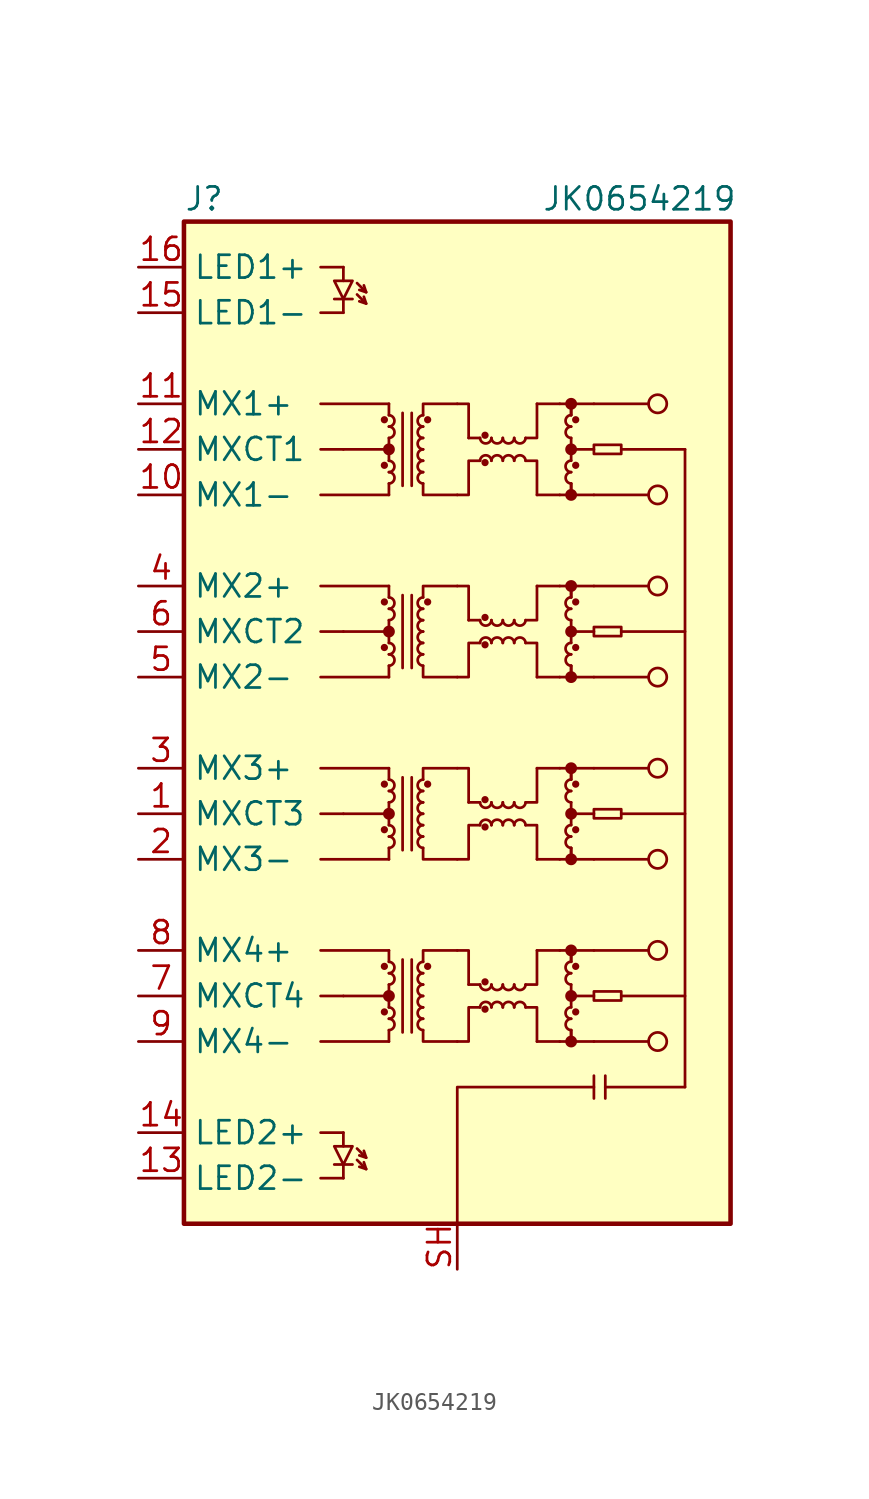
<source format=kicad_sym>
(kicad_symbol_lib
  (version 20211014)
  (generator kicad_symbol_editor)
  (symbol "JK0654219"
    (property "Reference" "J"
      (at -15.24 29.21 0)
      (effects (font (size 1.27 1.27)) (justify left)))
    (property "Value" "JK0654219"
      (at 10.16 29.21 0)
      (effects (font (size 1.27 1.27))))
    (symbol "JK0654219_0_1"
      (rectangle (start -15.24 27.94) (end 15.24 -27.94) (stroke (width 0.254) (type default) (color 0 0 0 0)) (fill (type background)))
      (circle (center -4.064 -16.129) (radius 0.127) (stroke (width 0) (type default) (color 0 0 0 0)) (fill (type outline)))
      (circle (center -4.064 -13.589) (radius 0.127) (stroke (width 0) (type default) (color 0 0 0 0)) (fill (type outline)))
      (circle (center -4.064 -5.969) (radius 0.127) (stroke (width 0) (type default) (color 0 0 0 0)) (fill (type outline)))
      (circle (center -4.064 -3.429) (radius 0.127) (stroke (width 0) (type default) (color 0 0 0 0)) (fill (type outline)))
      (circle (center -4.064 4.191) (radius 0.127) (stroke (width 0) (type default) (color 0 0 0 0)) (fill (type outline)))
      (circle (center -4.064 6.731) (radius 0.127) (stroke (width 0) (type default) (color 0 0 0 0)) (fill (type outline)))
      (circle (center -4.064 14.351) (radius 0.127) (stroke (width 0) (type default) (color 0 0 0 0)) (fill (type outline)))
      (circle (center -4.064 16.891) (radius 0.127) (stroke (width 0) (type default) (color 0 0 0 0)) (fill (type outline)))
      (arc (start -3.81 -17.145) (mid -3.5052 -16.8402) (end -3.81 -16.51) (stroke (width 0) (type default) (color 0 0 0 0)) (fill (type none)))
      (arc (start -3.81 -16.51) (mid -3.5052 -16.2052) (end -3.81 -15.875) (stroke (width 0) (type default) (color 0 0 0 0)) (fill (type none)))
      (circle (center -3.81 -15.24) (radius 0.254) (stroke (width 0) (type default) (color 0 0 0 0)) (fill (type outline)))
      (arc (start -3.81 -14.605) (mid -3.5052 -14.3002) (end -3.81 -13.97) (stroke (width 0) (type default) (color 0 0 0 0)) (fill (type none)))
      (arc (start -3.81 -13.97) (mid -3.5052 -13.6652) (end -3.81 -13.335) (stroke (width 0) (type default) (color 0 0 0 0)) (fill (type none)))
      (arc (start -3.81 -6.985) (mid -3.5052 -6.6802) (end -3.81 -6.35) (stroke (width 0) (type default) (color 0 0 0 0)) (fill (type none)))
      (arc (start -3.81 -6.35) (mid -3.5052 -6.0452) (end -3.81 -5.715) (stroke (width 0) (type default) (color 0 0 0 0)) (fill (type none)))
      (circle (center -3.81 -5.08) (radius 0.254) (stroke (width 0) (type default) (color 0 0 0 0)) (fill (type outline)))
      (arc (start -3.81 -4.445) (mid -3.5052 -4.1402) (end -3.81 -3.81) (stroke (width 0) (type default) (color 0 0 0 0)) (fill (type none)))
      (arc (start -3.81 -3.81) (mid -3.5052 -3.5052) (end -3.81 -3.175) (stroke (width 0) (type default) (color 0 0 0 0)) (fill (type none)))
      (arc (start -3.81 3.175) (mid -3.5052 3.4798) (end -3.81 3.81) (stroke (width 0) (type default) (color 0 0 0 0)) (fill (type none)))
      (arc (start -3.81 3.81) (mid -3.5052 4.1148) (end -3.81 4.445) (stroke (width 0) (type default) (color 0 0 0 0)) (fill (type none)))
      (circle (center -3.81 5.08) (radius 0.254) (stroke (width 0) (type default) (color 0 0 0 0)) (fill (type outline)))
      (arc (start -3.81 5.715) (mid -3.5052 6.0198) (end -3.81 6.35) (stroke (width 0) (type default) (color 0 0 0 0)) (fill (type none)))
      (arc (start -3.81 6.35) (mid -3.5052 6.6548) (end -3.81 6.985) (stroke (width 0) (type default) (color 0 0 0 0)) (fill (type none)))
      (arc (start -3.81 13.335) (mid -3.5052 13.6398) (end -3.81 13.97) (stroke (width 0) (type default) (color 0 0 0 0)) (fill (type none)))
      (arc (start -3.81 13.97) (mid -3.5052 14.2748) (end -3.81 14.605) (stroke (width 0) (type default) (color 0 0 0 0)) (fill (type none)))
      (circle (center -3.81 15.24) (radius 0.254) (stroke (width 0) (type default) (color 0 0 0 0)) (fill (type outline)))
      (arc (start -3.81 15.875) (mid -3.5052 16.1798) (end -3.81 16.51) (stroke (width 0) (type default) (color 0 0 0 0)) (fill (type none)))
      (arc (start -3.81 16.51) (mid -3.5052 16.8148) (end -3.81 17.145) (stroke (width 0) (type default) (color 0 0 0 0)) (fill (type none)))
      (arc (start -1.905 -16.51) (mid -2.2098 -16.8148) (end -1.905 -17.145) (stroke (width 0) (type default) (color 0 0 0 0)) (fill (type none)))
      (arc (start -1.905 -15.875) (mid -2.2098 -16.1798) (end -1.905 -16.51) (stroke (width 0) (type default) (color 0 0 0 0)) (fill (type none)))
      (arc (start -1.905 -15.24) (mid -2.2098 -15.5448) (end -1.905 -15.875) (stroke (width 0) (type default) (color 0 0 0 0)) (fill (type none)))
      (arc (start -1.905 -14.605) (mid -2.2098 -14.9098) (end -1.905 -15.24) (stroke (width 0) (type default) (color 0 0 0 0)) (fill (type none)))
      (arc (start -1.905 -13.97) (mid -2.2098 -14.2748) (end -1.905 -14.605) (stroke (width 0) (type default) (color 0 0 0 0)) (fill (type none)))
      (arc (start -1.905 -13.335) (mid -2.2098 -13.6398) (end -1.905 -13.97) (stroke (width 0) (type default) (color 0 0 0 0)) (fill (type none)))
      (arc (start -1.905 -6.35) (mid -2.2098 -6.6548) (end -1.905 -6.985) (stroke (width 0) (type default) (color 0 0 0 0)) (fill (type none)))
      (arc (start -1.905 -5.715) (mid -2.2098 -6.0198) (end -1.905 -6.35) (stroke (width 0) (type default) (color 0 0 0 0)) (fill (type none)))
      (arc (start -1.905 -5.08) (mid -2.2098 -5.3848) (end -1.905 -5.715) (stroke (width 0) (type default) (color 0 0 0 0)) (fill (type none)))
      (arc (start -1.905 -4.445) (mid -2.2098 -4.7498) (end -1.905 -5.08) (stroke (width 0) (type default) (color 0 0 0 0)) (fill (type none)))
      (arc (start -1.905 -3.81) (mid -2.2098 -4.1148) (end -1.905 -4.445) (stroke (width 0) (type default) (color 0 0 0 0)) (fill (type none)))
      (arc (start -1.905 -3.175) (mid -2.2098 -3.4798) (end -1.905 -3.81) (stroke (width 0) (type default) (color 0 0 0 0)) (fill (type none)))
      (arc (start -1.905 3.81) (mid -2.2098 3.5052) (end -1.905 3.175) (stroke (width 0) (type default) (color 0 0 0 0)) (fill (type none)))
      (arc (start -1.905 4.445) (mid -2.2098 4.1402) (end -1.905 3.81) (stroke (width 0) (type default) (color 0 0 0 0)) (fill (type none)))
      (arc (start -1.905 5.08) (mid -2.2098 4.7752) (end -1.905 4.445) (stroke (width 0) (type default) (color 0 0 0 0)) (fill (type none)))
      (arc (start -1.905 5.715) (mid -2.2098 5.4102) (end -1.905 5.08) (stroke (width 0) (type default) (color 0 0 0 0)) (fill (type none)))
      (arc (start -1.905 6.35) (mid -2.2098 6.0452) (end -1.905 5.715) (stroke (width 0) (type default) (color 0 0 0 0)) (fill (type none)))
      (arc (start -1.905 6.985) (mid -2.2098 6.6802) (end -1.905 6.35) (stroke (width 0) (type default) (color 0 0 0 0)) (fill (type none)))
      (arc (start -1.905 13.97) (mid -2.2098 13.6652) (end -1.905 13.335) (stroke (width 0) (type default) (color 0 0 0 0)) (fill (type none)))
      (arc (start -1.905 14.605) (mid -2.2098 14.3002) (end -1.905 13.97) (stroke (width 0) (type default) (color 0 0 0 0)) (fill (type none)))
      (arc (start -1.905 15.24) (mid -2.2098 14.9352) (end -1.905 14.605) (stroke (width 0) (type default) (color 0 0 0 0)) (fill (type none)))
      (arc (start -1.905 15.875) (mid -2.2098 15.5702) (end -1.905 15.24) (stroke (width 0) (type default) (color 0 0 0 0)) (fill (type none)))
      (arc (start -1.905 16.51) (mid -2.2098 16.2052) (end -1.905 15.875) (stroke (width 0) (type default) (color 0 0 0 0)) (fill (type none)))
      (arc (start -1.905 17.145) (mid -2.2098 16.8402) (end -1.905 16.51) (stroke (width 0) (type default) (color 0 0 0 0)) (fill (type none)))
      (circle (center -1.651 -13.589) (radius 0.127) (stroke (width 0) (type default) (color 0 0 0 0)) (fill (type outline)))
      (circle (center -1.651 -3.429) (radius 0.127) (stroke (width 0) (type default) (color 0 0 0 0)) (fill (type outline)))
      (circle (center -1.651 6.731) (radius 0.127) (stroke (width 0) (type default) (color 0 0 0 0)) (fill (type outline)))
      (circle (center -1.651 16.891) (radius 0.127) (stroke (width 0) (type default) (color 0 0 0 0)) (fill (type outline)))
      (polyline (pts (xy -7.62 -17.78) (xy -3.81 -17.78)) (stroke (width 0) (type default) (color 0 0 0 0)) (fill (type none)))
      (polyline (pts (xy -7.62 -15.24) (xy -6.35 -15.24)) (stroke (width 0) (type default) (color 0 0 0 0)) (fill (type none)))
      (polyline (pts (xy -7.62 -12.7) (xy -3.81 -12.7)) (stroke (width 0) (type default) (color 0 0 0 0)) (fill (type none)))
      (polyline (pts (xy -7.62 -7.62) (xy -3.81 -7.62)) (stroke (width 0) (type default) (color 0 0 0 0)) (fill (type none)))
      (polyline (pts (xy -7.62 -5.08) (xy -6.35 -5.08)) (stroke (width 0) (type default) (color 0 0 0 0)) (fill (type none)))
      (polyline (pts (xy -7.62 -2.54) (xy -3.81 -2.54)) (stroke (width 0) (type default) (color 0 0 0 0)) (fill (type none)))
      (polyline (pts (xy -7.62 2.54) (xy -3.81 2.54)) (stroke (width 0) (type default) (color 0 0 0 0)) (fill (type none)))
      (polyline (pts (xy -7.62 5.08) (xy -6.35 5.08)) (stroke (width 0) (type default) (color 0 0 0 0)) (fill (type none)))
      (polyline (pts (xy -7.62 7.62) (xy -3.81 7.62)) (stroke (width 0) (type default) (color 0 0 0 0)) (fill (type none)))
      (polyline (pts (xy -7.62 12.7) (xy -3.81 12.7)) (stroke (width 0) (type default) (color 0 0 0 0)) (fill (type none)))
      (polyline (pts (xy -7.62 15.24) (xy -6.35 15.24)) (stroke (width 0) (type default) (color 0 0 0 0)) (fill (type none)))
      (polyline (pts (xy -7.62 17.78) (xy -3.81 17.78)) (stroke (width 0) (type default) (color 0 0 0 0)) (fill (type none)))
      (polyline (pts (xy -6.35 -15.24) (xy -3.81 -15.24)) (stroke (width 0) (type default) (color 0 0 0 0)) (fill (type none)))
      (polyline (pts (xy -6.35 -5.08) (xy -3.81 -5.08)) (stroke (width 0) (type default) (color 0 0 0 0)) (fill (type none)))
      (polyline (pts (xy -6.35 5.08) (xy -3.81 5.08)) (stroke (width 0) (type default) (color 0 0 0 0)) (fill (type none)))
      (polyline (pts (xy -6.35 15.24) (xy -3.81 15.24)) (stroke (width 0) (type default) (color 0 0 0 0)) (fill (type none)))
      (polyline (pts (xy -3.81 -17.78) (xy -3.81 -17.145)) (stroke (width 0) (type default) (color 0 0 0 0)) (fill (type none)))
      (polyline (pts (xy -3.81 -15.24) (xy -3.81 -15.875)) (stroke (width 0) (type default) (color 0 0 0 0)) (fill (type none)))
      (polyline (pts (xy -3.81 -15.24) (xy -3.81 -14.605)) (stroke (width 0) (type default) (color 0 0 0 0)) (fill (type none)))
      (polyline (pts (xy -3.81 -12.7) (xy -3.81 -13.335)) (stroke (width 0) (type default) (color 0 0 0 0)) (fill (type none)))
      (polyline (pts (xy -3.81 -7.62) (xy -3.81 -6.985)) (stroke (width 0) (type default) (color 0 0 0 0)) (fill (type none)))
      (polyline (pts (xy -3.81 -5.08) (xy -3.81 -5.715)) (stroke (width 0) (type default) (color 0 0 0 0)) (fill (type none)))
      (polyline (pts (xy -3.81 -5.08) (xy -3.81 -4.445)) (stroke (width 0) (type default) (color 0 0 0 0)) (fill (type none)))
      (polyline (pts (xy -3.81 -2.54) (xy -3.81 -3.175)) (stroke (width 0) (type default) (color 0 0 0 0)) (fill (type none)))
      (polyline (pts (xy -3.81 2.54) (xy -3.81 3.175)) (stroke (width 0) (type default) (color 0 0 0 0)) (fill (type none)))
      (polyline (pts (xy -3.81 5.08) (xy -3.81 4.445)) (stroke (width 0) (type default) (color 0 0 0 0)) (fill (type none)))
      (polyline (pts (xy -3.81 5.08) (xy -3.81 5.715)) (stroke (width 0) (type default) (color 0 0 0 0)) (fill (type none)))
      (polyline (pts (xy -3.81 7.62) (xy -3.81 6.985)) (stroke (width 0) (type default) (color 0 0 0 0)) (fill (type none)))
      (polyline (pts (xy -3.81 12.7) (xy -3.81 13.335)) (stroke (width 0) (type default) (color 0 0 0 0)) (fill (type none)))
      (polyline (pts (xy -3.81 15.24) (xy -3.81 14.605)) (stroke (width 0) (type default) (color 0 0 0 0)) (fill (type none)))
      (polyline (pts (xy -3.81 15.24) (xy -3.81 15.875)) (stroke (width 0) (type default) (color 0 0 0 0)) (fill (type none)))
      (polyline (pts (xy -3.81 17.78) (xy -3.81 17.145)) (stroke (width 0) (type default) (color 0 0 0 0)) (fill (type none)))
      (polyline (pts (xy -3.048 -17.272) (xy -3.048 -13.208)) (stroke (width 0) (type default) (color 0 0 0 0)) (fill (type none)))
      (polyline (pts (xy -3.048 -7.112) (xy -3.048 -3.048)) (stroke (width 0) (type default) (color 0 0 0 0)) (fill (type none)))
      (polyline (pts (xy -3.048 3.048) (xy -3.048 7.112)) (stroke (width 0) (type default) (color 0 0 0 0)) (fill (type none)))
      (polyline (pts (xy -3.048 13.208) (xy -3.048 17.272)) (stroke (width 0) (type default) (color 0 0 0 0)) (fill (type none)))
      (polyline (pts (xy -2.54 -17.272) (xy -2.54 -13.208)) (stroke (width 0) (type default) (color 0 0 0 0)) (fill (type none)))
      (polyline (pts (xy -2.54 -7.112) (xy -2.54 -3.048)) (stroke (width 0) (type default) (color 0 0 0 0)) (fill (type none)))
      (polyline (pts (xy -2.54 3.048) (xy -2.54 7.112)) (stroke (width 0) (type default) (color 0 0 0 0)) (fill (type none)))
      (polyline (pts (xy -2.54 13.208) (xy -2.54 17.272)) (stroke (width 0) (type default) (color 0 0 0 0)) (fill (type none)))
      (polyline (pts (xy 0.635 -14.605) (xy 1.27 -14.605)) (stroke (width 0) (type default) (color 0 0 0 0)) (fill (type none)))
      (polyline (pts (xy 0.635 -4.445) (xy 1.27 -4.445)) (stroke (width 0) (type default) (color 0 0 0 0)) (fill (type none)))
      (polyline (pts (xy 0.635 5.715) (xy 1.27 5.715)) (stroke (width 0) (type default) (color 0 0 0 0)) (fill (type none)))
      (polyline (pts (xy 0.635 15.875) (xy 1.27 15.875)) (stroke (width 0) (type default) (color 0 0 0 0)) (fill (type none)))
      (polyline (pts (xy 4.445 -17.78) (xy 5.715 -17.78)) (stroke (width 0) (type default) (color 0 0 0 0)) (fill (type none)))
      (polyline (pts (xy 4.445 -12.7) (xy 5.715 -12.7)) (stroke (width 0) (type default) (color 0 0 0 0)) (fill (type none)))
      (polyline (pts (xy 4.445 -7.62) (xy 5.715 -7.62)) (stroke (width 0) (type default) (color 0 0 0 0)) (fill (type none)))
      (polyline (pts (xy 4.445 -2.54) (xy 5.715 -2.54)) (stroke (width 0) (type default) (color 0 0 0 0)) (fill (type none)))
      (polyline (pts (xy 4.445 2.54) (xy 5.715 2.54)) (stroke (width 0) (type default) (color 0 0 0 0)) (fill (type none)))
      (polyline (pts (xy 4.445 7.62) (xy 5.715 7.62)) (stroke (width 0) (type default) (color 0 0 0 0)) (fill (type none)))
      (polyline (pts (xy 4.445 12.7) (xy 5.715 12.7)) (stroke (width 0) (type default) (color 0 0 0 0)) (fill (type none)))
      (polyline (pts (xy 4.445 17.78) (xy 5.715 17.78)) (stroke (width 0) (type default) (color 0 0 0 0)) (fill (type none)))
      (polyline (pts (xy 6.35 -17.78) (xy 6.35 -17.145)) (stroke (width 0) (type default) (color 0 0 0 0)) (fill (type none)))
      (polyline (pts (xy 6.35 -15.24) (xy 6.35 -15.875)) (stroke (width 0) (type default) (color 0 0 0 0)) (fill (type none)))
      (polyline (pts (xy 6.35 -15.24) (xy 6.35 -14.605)) (stroke (width 0) (type default) (color 0 0 0 0)) (fill (type none)))
      (polyline (pts (xy 6.35 -12.7) (xy 6.35 -13.335)) (stroke (width 0) (type default) (color 0 0 0 0)) (fill (type none)))
      (polyline (pts (xy 6.35 -7.62) (xy 6.35 -6.985)) (stroke (width 0) (type default) (color 0 0 0 0)) (fill (type none)))
      (polyline (pts (xy 6.35 -5.08) (xy 6.35 -5.715)) (stroke (width 0) (type default) (color 0 0 0 0)) (fill (type none)))
      (polyline (pts (xy 6.35 -5.08) (xy 6.35 -4.445)) (stroke (width 0) (type default) (color 0 0 0 0)) (fill (type none)))
      (polyline (pts (xy 6.35 -2.54) (xy 6.35 -3.175)) (stroke (width 0) (type default) (color 0 0 0 0)) (fill (type none)))
      (polyline (pts (xy 6.35 2.54) (xy 6.35 3.175)) (stroke (width 0) (type default) (color 0 0 0 0)) (fill (type none)))
      (polyline (pts (xy 6.35 5.08) (xy 6.35 4.445)) (stroke (width 0) (type default) (color 0 0 0 0)) (fill (type none)))
      (polyline (pts (xy 6.35 5.08) (xy 6.35 5.715)) (stroke (width 0) (type default) (color 0 0 0 0)) (fill (type none)))
      (polyline (pts (xy 6.35 7.62) (xy 6.35 6.985)) (stroke (width 0) (type default) (color 0 0 0 0)) (fill (type none)))
      (polyline (pts (xy 6.35 12.7) (xy 6.35 13.335)) (stroke (width 0) (type default) (color 0 0 0 0)) (fill (type none)))
      (polyline (pts (xy 6.35 15.24) (xy 6.35 14.605)) (stroke (width 0) (type default) (color 0 0 0 0)) (fill (type none)))
      (polyline (pts (xy 6.35 15.24) (xy 6.35 15.875)) (stroke (width 0) (type default) (color 0 0 0 0)) (fill (type none)))
      (polyline (pts (xy 6.35 17.78) (xy 6.35 17.145)) (stroke (width 0) (type default) (color 0 0 0 0)) (fill (type none)))
      (polyline (pts (xy 7.62 -20.955) (xy 7.62 -19.685)) (stroke (width 0) (type default) (color 0 0 0 0)) (fill (type none)))
      (polyline (pts (xy 7.62 -17.78) (xy 6.35 -17.78)) (stroke (width 0) (type default) (color 0 0 0 0)) (fill (type none)))
      (polyline (pts (xy 7.62 -17.78) (xy 10.668 -17.78)) (stroke (width 0) (type default) (color 0 0 0 0)) (fill (type none)))
      (polyline (pts (xy 7.62 -15.24) (xy 6.35 -15.24)) (stroke (width 0) (type default) (color 0 0 0 0)) (fill (type none)))
      (polyline (pts (xy 7.62 -12.7) (xy 6.35 -12.7)) (stroke (width 0) (type default) (color 0 0 0 0)) (fill (type none)))
      (polyline (pts (xy 7.62 -12.7) (xy 10.668 -12.7)) (stroke (width 0) (type default) (color 0 0 0 0)) (fill (type none)))
      (polyline (pts (xy 7.62 -7.62) (xy 6.35 -7.62)) (stroke (width 0) (type default) (color 0 0 0 0)) (fill (type none)))
      (polyline (pts (xy 7.62 -7.62) (xy 10.668 -7.62)) (stroke (width 0) (type default) (color 0 0 0 0)) (fill (type none)))
      (polyline (pts (xy 7.62 -5.08) (xy 6.35 -5.08)) (stroke (width 0) (type default) (color 0 0 0 0)) (fill (type none)))
      (polyline (pts (xy 7.62 -2.54) (xy 6.35 -2.54)) (stroke (width 0) (type default) (color 0 0 0 0)) (fill (type none)))
      (polyline (pts (xy 7.62 -2.54) (xy 10.668 -2.54)) (stroke (width 0) (type default) (color 0 0 0 0)) (fill (type none)))
      (polyline (pts (xy 7.62 2.54) (xy 6.35 2.54)) (stroke (width 0) (type default) (color 0 0 0 0)) (fill (type none)))
      (polyline (pts (xy 7.62 2.54) (xy 10.668 2.54)) (stroke (width 0) (type default) (color 0 0 0 0)) (fill (type none)))
      (polyline (pts (xy 7.62 5.08) (xy 6.35 5.08)) (stroke (width 0) (type default) (color 0 0 0 0)) (fill (type none)))
      (polyline (pts (xy 7.62 7.62) (xy 6.35 7.62)) (stroke (width 0) (type default) (color 0 0 0 0)) (fill (type none)))
      (polyline (pts (xy 7.62 7.62) (xy 10.668 7.62)) (stroke (width 0) (type default) (color 0 0 0 0)) (fill (type none)))
      (polyline (pts (xy 7.62 12.7) (xy 6.35 12.7)) (stroke (width 0) (type default) (color 0 0 0 0)) (fill (type none)))
      (polyline (pts (xy 7.62 12.7) (xy 10.668 12.7)) (stroke (width 0) (type default) (color 0 0 0 0)) (fill (type none)))
      (polyline (pts (xy 7.62 15.24) (xy 6.35 15.24)) (stroke (width 0) (type default) (color 0 0 0 0)) (fill (type none)))
      (polyline (pts (xy 7.62 17.78) (xy 6.35 17.78)) (stroke (width 0) (type default) (color 0 0 0 0)) (fill (type none)))
      (polyline (pts (xy 7.62 17.78) (xy 10.668 17.78)) (stroke (width 0) (type default) (color 0 0 0 0)) (fill (type none)))
      (polyline (pts (xy 8.255 -20.32) (xy 8.255 -20.955)) (stroke (width 0) (type default) (color 0 0 0 0)) (fill (type none)))
      (polyline (pts (xy 8.255 -20.32) (xy 8.255 -19.685)) (stroke (width 0) (type default) (color 0 0 0 0)) (fill (type none)))
      (polyline (pts (xy 8.255 -20.32) (xy 12.7 -20.32)) (stroke (width 0) (type default) (color 0 0 0 0)) (fill (type none)))
      (polyline (pts (xy 9.144 -15.24) (xy 12.7 -15.24)) (stroke (width 0) (type default) (color 0 0 0 0)) (fill (type none)))
      (polyline (pts (xy 9.144 -5.08) (xy 12.7 -5.08)) (stroke (width 0) (type default) (color 0 0 0 0)) (fill (type none)))
      (polyline (pts (xy 9.144 5.08) (xy 12.7 5.08)) (stroke (width 0) (type default) (color 0 0 0 0)) (fill (type none)))
      (polyline (pts (xy 12.7 -20.32) (xy 12.7 15.24)) (stroke (width 0) (type default) (color 0 0 0 0)) (fill (type none)))
      (polyline (pts (xy 12.7 15.24) (xy 9.144 15.24)) (stroke (width 0) (type default) (color 0 0 0 0)) (fill (type none)))
      (polyline (pts (xy -1.905 -17.145) (xy -1.905 -17.78) (xy 0 -17.78)) (stroke (width 0) (type default) (color 0 0 0 0)) (fill (type none)))
      (polyline (pts (xy -1.905 -13.335) (xy -1.905 -12.7) (xy 0 -12.7)) (stroke (width 0) (type default) (color 0 0 0 0)) (fill (type none)))
      (polyline (pts (xy -1.905 -6.985) (xy -1.905 -7.62) (xy 0 -7.62)) (stroke (width 0) (type default) (color 0 0 0 0)) (fill (type none)))
      (polyline (pts (xy -1.905 -3.175) (xy -1.905 -2.54) (xy 0 -2.54)) (stroke (width 0) (type default) (color 0 0 0 0)) (fill (type none)))
      (polyline (pts (xy -1.905 3.175) (xy -1.905 2.54) (xy 0 2.54)) (stroke (width 0) (type default) (color 0 0 0 0)) (fill (type none)))
      (polyline (pts (xy -1.905 6.985) (xy -1.905 7.62) (xy 0 7.62)) (stroke (width 0) (type default) (color 0 0 0 0)) (fill (type none)))
      (polyline (pts (xy -1.905 13.335) (xy -1.905 12.7) (xy 0 12.7)) (stroke (width 0) (type default) (color 0 0 0 0)) (fill (type none)))
      (polyline (pts (xy -1.905 17.145) (xy -1.905 17.78) (xy 0 17.78)) (stroke (width 0) (type default) (color 0 0 0 0)) (fill (type none)))
      (polyline (pts (xy 0 -12.7) (xy 0.635 -12.7) (xy 0.635 -14.605)) (stroke (width 0) (type default) (color 0 0 0 0)) (fill (type none)))
      (polyline (pts (xy 0 -2.54) (xy 0.635 -2.54) (xy 0.635 -4.445)) (stroke (width 0) (type default) (color 0 0 0 0)) (fill (type none)))
      (polyline (pts (xy 0 7.62) (xy 0.635 7.62) (xy 0.635 5.715)) (stroke (width 0) (type default) (color 0 0 0 0)) (fill (type none)))
      (polyline (pts (xy 0 17.78) (xy 0.635 17.78) (xy 0.635 15.875)) (stroke (width 0) (type default) (color 0 0 0 0)) (fill (type none)))
      (polyline (pts (xy 3.81 -15.875) (xy 4.445 -15.875) (xy 4.445 -17.78)) (stroke (width 0) (type default) (color 0 0 0 0)) (fill (type none)))
      (polyline (pts (xy 3.81 -14.605) (xy 4.445 -14.605) (xy 4.445 -12.7)) (stroke (width 0) (type default) (color 0 0 0 0)) (fill (type none)))
      (polyline (pts (xy 3.81 -5.715) (xy 4.445 -5.715) (xy 4.445 -7.62)) (stroke (width 0) (type default) (color 0 0 0 0)) (fill (type none)))
      (polyline (pts (xy 3.81 -4.445) (xy 4.445 -4.445) (xy 4.445 -2.54)) (stroke (width 0) (type default) (color 0 0 0 0)) (fill (type none)))
      (polyline (pts (xy 3.81 4.445) (xy 4.445 4.445) (xy 4.445 2.54)) (stroke (width 0) (type default) (color 0 0 0 0)) (fill (type none)))
      (polyline (pts (xy 3.81 5.715) (xy 4.445 5.715) (xy 4.445 7.62)) (stroke (width 0) (type default) (color 0 0 0 0)) (fill (type none)))
      (polyline (pts (xy 3.81 14.605) (xy 4.445 14.605) (xy 4.445 12.7)) (stroke (width 0) (type default) (color 0 0 0 0)) (fill (type none)))
      (polyline (pts (xy 3.81 15.875) (xy 4.445 15.875) (xy 4.445 17.78)) (stroke (width 0) (type default) (color 0 0 0 0)) (fill (type none)))
      (polyline (pts (xy 5.715 -17.78) (xy 6.35 -17.78) (xy 6.35 -17.145)) (stroke (width 0) (type default) (color 0 0 0 0)) (fill (type none)))
      (polyline (pts (xy 5.715 -12.7) (xy 6.35 -12.7) (xy 6.35 -13.335)) (stroke (width 0) (type default) (color 0 0 0 0)) (fill (type none)))
      (polyline (pts (xy 5.715 -7.62) (xy 6.35 -7.62) (xy 6.35 -6.985)) (stroke (width 0) (type default) (color 0 0 0 0)) (fill (type none)))
      (polyline (pts (xy 5.715 -2.54) (xy 6.35 -2.54) (xy 6.35 -3.175)) (stroke (width 0) (type default) (color 0 0 0 0)) (fill (type none)))
      (polyline (pts (xy 5.715 2.54) (xy 6.35 2.54) (xy 6.35 3.175)) (stroke (width 0) (type default) (color 0 0 0 0)) (fill (type none)))
      (polyline (pts (xy 5.715 7.62) (xy 6.35 7.62) (xy 6.35 6.985)) (stroke (width 0) (type default) (color 0 0 0 0)) (fill (type none)))
      (polyline (pts (xy 5.715 12.7) (xy 6.35 12.7) (xy 6.35 13.335)) (stroke (width 0) (type default) (color 0 0 0 0)) (fill (type none)))
      (polyline (pts (xy 5.715 17.78) (xy 6.35 17.78) (xy 6.35 17.145)) (stroke (width 0) (type default) (color 0 0 0 0)) (fill (type none)))
      (polyline (pts (xy 7.62 -20.32) (xy 0 -20.32) (xy 0 -27.94)) (stroke (width 0) (type default) (color 0 0 0 0)) (fill (type none)))
      (polyline (pts (xy 0 -17.78) (xy 0.635 -17.78) (xy 0.635 -15.875) (xy 1.27 -15.875)) (stroke (width 0) (type default) (color 0 0 0 0)) (fill (type none)))
      (polyline (pts (xy 0 -7.62) (xy 0.635 -7.62) (xy 0.635 -5.715) (xy 1.27 -5.715)) (stroke (width 0) (type default) (color 0 0 0 0)) (fill (type none)))
      (polyline (pts (xy 0 2.54) (xy 0.635 2.54) (xy 0.635 4.445) (xy 1.27 4.445)) (stroke (width 0) (type default) (color 0 0 0 0)) (fill (type none)))
      (polyline (pts (xy 0 12.7) (xy 0.635 12.7) (xy 0.635 14.605) (xy 1.27 14.605)) (stroke (width 0) (type default) (color 0 0 0 0)) (fill (type none)))
      (arc (start 1.27 -14.605) (mid 1.5748 -14.9098) (end 1.905 -14.605) (stroke (width 0) (type default) (color 0 0 0 0)) (fill (type none)))
      (arc (start 1.27 -4.445) (mid 1.5748 -4.7498) (end 1.905 -4.445) (stroke (width 0) (type default) (color 0 0 0 0)) (fill (type none)))
      (arc (start 1.27 5.715) (mid 1.5748 5.4102) (end 1.905 5.715) (stroke (width 0) (type default) (color 0 0 0 0)) (fill (type none)))
      (arc (start 1.27 15.875) (mid 1.5748 15.5702) (end 1.905 15.875) (stroke (width 0) (type default) (color 0 0 0 0)) (fill (type none)))
      (circle (center 1.549 -15.977) (radius 0.127) (stroke (width 0) (type default) (color 0 0 0 0)) (fill (type outline)))
      (circle (center 1.549 -14.453) (radius 0.127) (stroke (width 0) (type default) (color 0 0 0 0)) (fill (type outline)))
      (circle (center 1.549 -5.817) (radius 0.127) (stroke (width 0) (type default) (color 0 0 0 0)) (fill (type outline)))
      (circle (center 1.549 -4.293) (radius 0.127) (stroke (width 0) (type default) (color 0 0 0 0)) (fill (type outline)))
      (circle (center 1.549 4.343) (radius 0.127) (stroke (width 0) (type default) (color 0 0 0 0)) (fill (type outline)))
      (circle (center 1.549 5.867) (radius 0.127) (stroke (width 0) (type default) (color 0 0 0 0)) (fill (type outline)))
      (circle (center 1.549 14.503) (radius 0.127) (stroke (width 0) (type default) (color 0 0 0 0)) (fill (type outline)))
      (circle (center 1.549 16.027) (radius 0.127) (stroke (width 0) (type default) (color 0 0 0 0)) (fill (type outline)))
      (arc (start 1.905 -15.875) (mid 1.6002 -15.5702) (end 1.27 -15.875) (stroke (width 0) (type default) (color 0 0 0 0)) (fill (type none)))
      (arc (start 1.905 -14.605) (mid 2.2098 -14.9098) (end 2.54 -14.605) (stroke (width 0) (type default) (color 0 0 0 0)) (fill (type none)))
      (arc (start 1.905 -5.715) (mid 1.6002 -5.4102) (end 1.27 -5.715) (stroke (width 0) (type default) (color 0 0 0 0)) (fill (type none)))
      (arc (start 1.905 -4.445) (mid 2.2098 -4.7498) (end 2.54 -4.445) (stroke (width 0) (type default) (color 0 0 0 0)) (fill (type none)))
      (arc (start 1.905 4.445) (mid 1.6002 4.7498) (end 1.27 4.445) (stroke (width 0) (type default) (color 0 0 0 0)) (fill (type none)))
      (arc (start 1.905 5.715) (mid 2.2098 5.4102) (end 2.54 5.715) (stroke (width 0) (type default) (color 0 0 0 0)) (fill (type none)))
      (arc (start 1.905 14.605) (mid 1.6002 14.9098) (end 1.27 14.605) (stroke (width 0) (type default) (color 0 0 0 0)) (fill (type none)))
      (arc (start 1.905 15.875) (mid 2.2098 15.5702) (end 2.54 15.875) (stroke (width 0) (type default) (color 0 0 0 0)) (fill (type none)))
      (arc (start 2.54 -15.875) (mid 2.2352 -15.5702) (end 1.905 -15.875) (stroke (width 0) (type default) (color 0 0 0 0)) (fill (type none)))
      (arc (start 2.54 -14.605) (mid 2.8448 -14.9098) (end 3.175 -14.605) (stroke (width 0) (type default) (color 0 0 0 0)) (fill (type none)))
      (arc (start 2.54 -5.715) (mid 2.2352 -5.4102) (end 1.905 -5.715) (stroke (width 0) (type default) (color 0 0 0 0)) (fill (type none)))
      (arc (start 2.54 -4.445) (mid 2.8448 -4.7498) (end 3.175 -4.445) (stroke (width 0) (type default) (color 0 0 0 0)) (fill (type none)))
      (arc (start 2.54 4.445) (mid 2.2352 4.7498) (end 1.905 4.445) (stroke (width 0) (type default) (color 0 0 0 0)) (fill (type none)))
      (arc (start 2.54 5.715) (mid 2.8448 5.4102) (end 3.175 5.715) (stroke (width 0) (type default) (color 0 0 0 0)) (fill (type none)))
      (arc (start 2.54 14.605) (mid 2.2352 14.9098) (end 1.905 14.605) (stroke (width 0) (type default) (color 0 0 0 0)) (fill (type none)))
      (arc (start 2.54 15.875) (mid 2.8448 15.5702) (end 3.175 15.875) (stroke (width 0) (type default) (color 0 0 0 0)) (fill (type none)))
      (arc (start 3.175 -15.875) (mid 2.8702 -15.5702) (end 2.54 -15.875) (stroke (width 0) (type default) (color 0 0 0 0)) (fill (type none)))
      (arc (start 3.175 -14.605) (mid 3.4798 -14.9098) (end 3.81 -14.605) (stroke (width 0) (type default) (color 0 0 0 0)) (fill (type none)))
      (arc (start 3.175 -5.715) (mid 2.8702 -5.4102) (end 2.54 -5.715) (stroke (width 0) (type default) (color 0 0 0 0)) (fill (type none)))
      (arc (start 3.175 -4.445) (mid 3.4798 -4.7498) (end 3.81 -4.445) (stroke (width 0) (type default) (color 0 0 0 0)) (fill (type none)))
      (arc (start 3.175 4.445) (mid 2.8702 4.7498) (end 2.54 4.445) (stroke (width 0) (type default) (color 0 0 0 0)) (fill (type none)))
      (arc (start 3.175 5.715) (mid 3.4798 5.4102) (end 3.81 5.715) (stroke (width 0) (type default) (color 0 0 0 0)) (fill (type none)))
      (arc (start 3.175 14.605) (mid 2.8702 14.9098) (end 2.54 14.605) (stroke (width 0) (type default) (color 0 0 0 0)) (fill (type none)))
      (arc (start 3.175 15.875) (mid 3.4798 15.5702) (end 3.81 15.875) (stroke (width 0) (type default) (color 0 0 0 0)) (fill (type none)))
      (arc (start 3.81 -15.875) (mid 3.5052 -15.5702) (end 3.175 -15.875) (stroke (width 0) (type default) (color 0 0 0 0)) (fill (type none)))
      (arc (start 3.81 -5.715) (mid 3.5052 -5.4102) (end 3.175 -5.715) (stroke (width 0) (type default) (color 0 0 0 0)) (fill (type none)))
      (arc (start 3.81 4.445) (mid 3.5052 4.7498) (end 3.175 4.445) (stroke (width 0) (type default) (color 0 0 0 0)) (fill (type none)))
      (arc (start 3.81 14.605) (mid 3.5052 14.9098) (end 3.175 14.605) (stroke (width 0) (type default) (color 0 0 0 0)) (fill (type none)))
      (circle (center 6.35 -17.78) (radius 0.254) (stroke (width 0) (type default) (color 0 0 0 0)) (fill (type outline)))
      (arc (start 6.35 -16.51) (mid 6.0198 -16.8402) (end 6.35 -17.145) (stroke (width 0) (type default) (color 0 0 0 0)) (fill (type none)))
      (arc (start 6.35 -15.875) (mid 6.0198 -16.2052) (end 6.35 -16.51) (stroke (width 0) (type default) (color 0 0 0 0)) (fill (type none)))
      (circle (center 6.35 -15.24) (radius 0.254) (stroke (width 0) (type default) (color 0 0 0 0)) (fill (type outline)))
      (arc (start 6.35 -13.97) (mid 6.0198 -14.3002) (end 6.35 -14.605) (stroke (width 0) (type default) (color 0 0 0 0)) (fill (type none)))
      (arc (start 6.35 -13.335) (mid 6.0198 -13.6652) (end 6.35 -13.97) (stroke (width 0) (type default) (color 0 0 0 0)) (fill (type none)))
      (circle (center 6.35 -12.7) (radius 0.254) (stroke (width 0) (type default) (color 0 0 0 0)) (fill (type outline)))
      (circle (center 6.35 -7.62) (radius 0.254) (stroke (width 0) (type default) (color 0 0 0 0)) (fill (type outline)))
      (arc (start 6.35 -6.35) (mid 6.0198 -6.6802) (end 6.35 -6.985) (stroke (width 0) (type default) (color 0 0 0 0)) (fill (type none)))
      (arc (start 6.35 -5.715) (mid 6.0198 -6.0452) (end 6.35 -6.35) (stroke (width 0) (type default) (color 0 0 0 0)) (fill (type none)))
      (circle (center 6.35 -5.08) (radius 0.254) (stroke (width 0) (type default) (color 0 0 0 0)) (fill (type outline)))
      (arc (start 6.35 -3.81) (mid 6.0198 -4.1402) (end 6.35 -4.445) (stroke (width 0) (type default) (color 0 0 0 0)) (fill (type none)))
      (arc (start 6.35 -3.175) (mid 6.0198 -3.5052) (end 6.35 -3.81) (stroke (width 0) (type default) (color 0 0 0 0)) (fill (type none)))
      (circle (center 6.35 -2.54) (radius 0.254) (stroke (width 0) (type default) (color 0 0 0 0)) (fill (type outline)))
      (circle (center 6.35 2.54) (radius 0.254) (stroke (width 0) (type default) (color 0 0 0 0)) (fill (type outline)))
      (arc (start 6.35 3.81) (mid 6.0198 3.4798) (end 6.35 3.175) (stroke (width 0) (type default) (color 0 0 0 0)) (fill (type none)))
      (arc (start 6.35 4.445) (mid 6.0198 4.1148) (end 6.35 3.81) (stroke (width 0) (type default) (color 0 0 0 0)) (fill (type none)))
      (circle (center 6.35 5.08) (radius 0.254) (stroke (width 0) (type default) (color 0 0 0 0)) (fill (type outline)))
      (arc (start 6.35 6.35) (mid 6.0198 6.0198) (end 6.35 5.715) (stroke (width 0) (type default) (color 0 0 0 0)) (fill (type none)))
      (arc (start 6.35 6.985) (mid 6.0198 6.6548) (end 6.35 6.35) (stroke (width 0) (type default) (color 0 0 0 0)) (fill (type none)))
      (circle (center 6.35 7.62) (radius 0.254) (stroke (width 0) (type default) (color 0 0 0 0)) (fill (type outline)))
      (circle (center 6.35 12.7) (radius 0.254) (stroke (width 0) (type default) (color 0 0 0 0)) (fill (type outline)))
      (arc (start 6.35 13.97) (mid 6.0198 13.6398) (end 6.35 13.335) (stroke (width 0) (type default) (color 0 0 0 0)) (fill (type none)))
      (arc (start 6.35 14.605) (mid 6.0198 14.2748) (end 6.35 13.97) (stroke (width 0) (type default) (color 0 0 0 0)) (fill (type none)))
      (circle (center 6.35 15.24) (radius 0.254) (stroke (width 0) (type default) (color 0 0 0 0)) (fill (type outline)))
      (arc (start 6.35 16.51) (mid 6.0198 16.1798) (end 6.35 15.875) (stroke (width 0) (type default) (color 0 0 0 0)) (fill (type none)))
      (arc (start 6.35 17.145) (mid 6.0198 16.8148) (end 6.35 16.51) (stroke (width 0) (type default) (color 0 0 0 0)) (fill (type none)))
      (circle (center 6.35 17.78) (radius 0.254) (stroke (width 0) (type default) (color 0 0 0 0)) (fill (type outline)))
      (circle (center 6.604 -16.129) (radius 0.127) (stroke (width 0) (type default) (color 0 0 0 0)) (fill (type outline)))
      (circle (center 6.604 -13.589) (radius 0.127) (stroke (width 0) (type default) (color 0 0 0 0)) (fill (type outline)))
      (circle (center 6.604 -5.969) (radius 0.127) (stroke (width 0) (type default) (color 0 0 0 0)) (fill (type outline)))
      (circle (center 6.604 -3.429) (radius 0.127) (stroke (width 0) (type default) (color 0 0 0 0)) (fill (type outline)))
      (circle (center 6.604 4.191) (radius 0.127) (stroke (width 0) (type default) (color 0 0 0 0)) (fill (type outline)))
      (circle (center 6.604 6.731) (radius 0.127) (stroke (width 0) (type default) (color 0 0 0 0)) (fill (type outline)))
      (circle (center 6.604 14.351) (radius 0.127) (stroke (width 0) (type default) (color 0 0 0 0)) (fill (type outline)))
      (circle (center 6.604 16.891) (radius 0.127) (stroke (width 0) (type default) (color 0 0 0 0)) (fill (type outline)))
      (rectangle (start 7.62 -14.986) (end 9.144 -15.494) (stroke (width 0) (type default) (color 0 0 0 0)) (fill (type none)))
      (rectangle (start 7.62 -4.826) (end 9.144 -5.334) (stroke (width 0) (type default) (color 0 0 0 0)) (fill (type none)))
      (rectangle (start 7.62 5.334) (end 9.144 4.826) (stroke (width 0) (type default) (color 0 0 0 0)) (fill (type none)))
      (rectangle (start 7.62 15.494) (end 9.144 14.986) (stroke (width 0) (type default) (color 0 0 0 0)) (fill (type none)))
      (circle (center 11.176 -17.78) (radius 0.508) (stroke (width 0) (type default) (color 0 0 0 0)) (fill (type none)))
      (circle (center 11.176 -12.7) (radius 0.508) (stroke (width 0) (type default) (color 0 0 0 0)) (fill (type none)))
      (circle (center 11.176 -7.62) (radius 0.508) (stroke (width 0) (type default) (color 0 0 0 0)) (fill (type none)))
      (circle (center 11.176 -2.54) (radius 0.508) (stroke (width 0) (type default) (color 0 0 0 0)) (fill (type none)))
      (circle (center 11.176 2.54) (radius 0.508) (stroke (width 0) (type default) (color 0 0 0 0)) (fill (type none)))
      (circle (center 11.176 7.62) (radius 0.508) (stroke (width 0) (type default) (color 0 0 0 0)) (fill (type none)))
      (circle (center 11.176 12.7) (radius 0.508) (stroke (width 0) (type default) (color 0 0 0 0)) (fill (type none)))
      (circle (center 11.176 17.78) (radius 0.508) (stroke (width 0) (type default) (color 0 0 0 0)) (fill (type none))))
    (symbol "JK0654219_1_1"
      (polyline (pts (xy -7.62 -25.4) (xy -6.35 -25.4)) (stroke (width 0) (type default) (color 0 0 0 0)) (fill (type none)))
      (polyline (pts (xy -7.62 -22.86) (xy -6.35 -22.86)) (stroke (width 0) (type default) (color 0 0 0 0)) (fill (type none)))
      (polyline (pts (xy -7.62 22.86) (xy -6.35 22.86)) (stroke (width 0) (type default) (color 0 0 0 0)) (fill (type none)))
      (polyline (pts (xy -7.62 25.4) (xy -6.35 25.4)) (stroke (width 0) (type default) (color 0 0 0 0)) (fill (type none)))
      (polyline (pts (xy -6.858 -24.638) (xy -5.842 -24.638)) (stroke (width 0) (type default) (color 0 0 0 0)) (fill (type none)))
      (polyline (pts (xy -6.858 23.622) (xy -5.842 23.622)) (stroke (width 0) (type default) (color 0 0 0 0)) (fill (type none)))
      (polyline (pts (xy -6.35 -25.4) (xy -6.35 -24.638)) (stroke (width 0) (type default) (color 0 0 0 0)) (fill (type none)))
      (polyline (pts (xy -6.35 -22.86) (xy -6.35 -23.622)) (stroke (width 0) (type default) (color 0 0 0 0)) (fill (type none)))
      (polyline (pts (xy -6.35 22.86) (xy -6.35 23.622)) (stroke (width 0) (type default) (color 0 0 0 0)) (fill (type none)))
      (polyline (pts (xy -6.35 25.4) (xy -6.35 24.638)) (stroke (width 0) (type default) (color 0 0 0 0)) (fill (type none)))
      (polyline (pts (xy -5.08 -24.892) (xy -5.207 -24.511)) (stroke (width 0) (type default) (color 0 0 0 0)) (fill (type none)))
      (polyline (pts (xy -5.08 -24.257) (xy -5.207 -23.876)) (stroke (width 0) (type default) (color 0 0 0 0)) (fill (type none)))
      (polyline (pts (xy -5.08 23.368) (xy -5.207 23.749)) (stroke (width 0) (type default) (color 0 0 0 0)) (fill (type none)))
      (polyline (pts (xy -5.08 24.003) (xy -5.207 24.384)) (stroke (width 0) (type default) (color 0 0 0 0)) (fill (type none)))
      (polyline (pts (xy -5.588 -24.384) (xy -5.08 -24.892) (xy -5.461 -24.765)) (stroke (width 0) (type default) (color 0 0 0 0)) (fill (type none)))
      (polyline (pts (xy -5.588 -23.749) (xy -5.08 -24.257) (xy -5.461 -24.13)) (stroke (width 0) (type default) (color 0 0 0 0)) (fill (type none)))
      (polyline (pts (xy -5.588 23.876) (xy -5.08 23.368) (xy -5.461 23.495)) (stroke (width 0) (type default) (color 0 0 0 0)) (fill (type none)))
      (polyline (pts (xy -5.588 24.511) (xy -5.08 24.003) (xy -5.461 24.13)) (stroke (width 0) (type default) (color 0 0 0 0)) (fill (type none)))
      (polyline (pts (xy -6.35 -24.638) (xy -6.858 -23.622) (xy -5.842 -23.622) (xy -6.35 -24.638)) (stroke (width 0) (type default) (color 0 0 0 0)) (fill (type none)))
      (polyline (pts (xy -6.35 23.622) (xy -6.858 24.638) (xy -5.842 24.638) (xy -6.35 23.622)) (stroke (width 0) (type default) (color 0 0 0 0)) (fill (type none)))
      (pin passive line (at -17.78 -5.08 0) (length 2.54) (name "MXCT3" (effects (font (size 1.27 1.27)))) (number "1" (effects (font (size 1.27 1.27)))))
      (pin passive line (at -17.78 12.7 0) (length 2.54) (name "MX1-" (effects (font (size 1.27 1.27)))) (number "10" (effects (font (size 1.27 1.27)))))
      (pin passive line (at -17.78 17.78 0) (length 2.54) (name "MX1+" (effects (font (size 1.27 1.27)))) (number "11" (effects (font (size 1.27 1.27)))))
      (pin passive line (at -17.78 15.24 0) (length 2.54) (name "MXCT1" (effects (font (size 1.27 1.27)))) (number "12" (effects (font (size 1.27 1.27)))))
      (pin passive line (at -17.78 -25.4 0) (length 2.54) (name "LED2-" (effects (font (size 1.27 1.27)))) (number "13" (effects (font (size 1.27 1.27)))))
      (pin passive line (at -17.78 -22.86 0) (length 2.54) (name "LED2+" (effects (font (size 1.27 1.27)))) (number "14" (effects (font (size 1.27 1.27)))))
      (pin passive line (at -17.78 22.86 0) (length 2.54) (name "LED1-" (effects (font (size 1.27 1.27)))) (number "15" (effects (font (size 1.27 1.27)))))
      (pin passive line (at -17.78 25.4 0) (length 2.54) (name "LED1+" (effects (font (size 1.27 1.27)))) (number "16" (effects (font (size 1.27 1.27)))))
      (pin passive line (at -17.78 -7.62 0) (length 2.54) (name "MX3-" (effects (font (size 1.27 1.27)))) (number "2" (effects (font (size 1.27 1.27)))))
      (pin passive line (at -17.78 -2.54 0) (length 2.54) (name "MX3+" (effects (font (size 1.27 1.27)))) (number "3" (effects (font (size 1.27 1.27)))))
      (pin passive line (at -17.78 7.62 0) (length 2.54) (name "MX2+" (effects (font (size 1.27 1.27)))) (number "4" (effects (font (size 1.27 1.27)))))
      (pin passive line (at -17.78 2.54 0) (length 2.54) (name "MX2-" (effects (font (size 1.27 1.27)))) (number "5" (effects (font (size 1.27 1.27)))))
      (pin passive line (at -17.78 5.08 0) (length 2.54) (name "MXCT2" (effects (font (size 1.27 1.27)))) (number "6" (effects (font (size 1.27 1.27)))))
      (pin passive line (at -17.78 -15.24 0) (length 2.54) (name "MXCT4" (effects (font (size 1.27 1.27)))) (number "7" (effects (font (size 1.27 1.27)))))
      (pin passive line (at -17.78 -12.7 0) (length 2.54) (name "MX4+" (effects (font (size 1.27 1.27)))) (number "8" (effects (font (size 1.27 1.27)))))
      (pin passive line (at -17.78 -17.78 0) (length 2.54) (name "MX4-" (effects (font (size 1.27 1.27)))) (number "9" (effects (font (size 1.27 1.27)))))
      (pin passive line (at 0 -30.48 90) (length 2.54) (name "~" (effects (font (size 1.27 1.27)))) (number "SH" (effects (font (size 1.27 1.27))))))))
</source>
